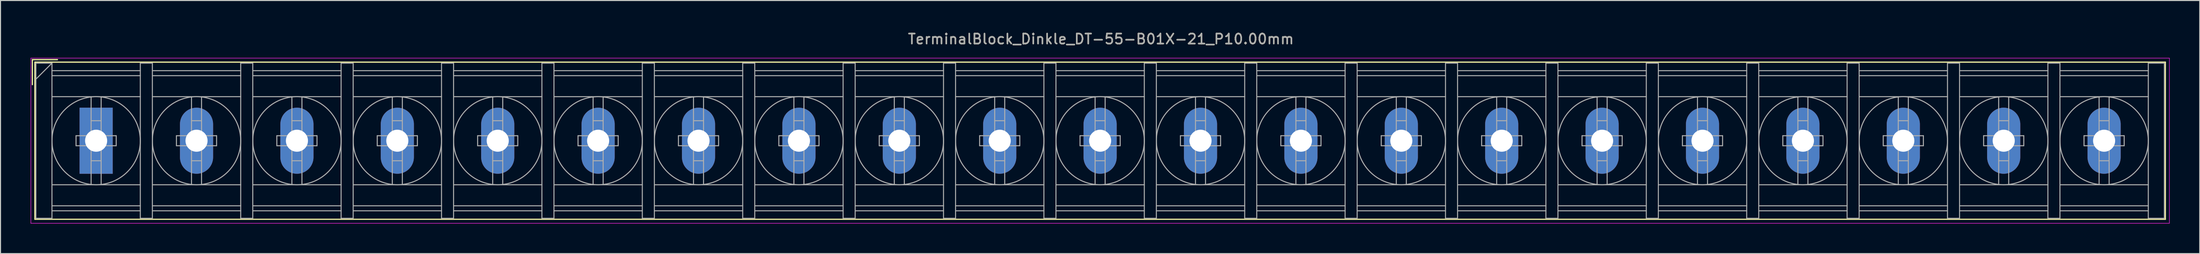
<source format=kicad_pcb>
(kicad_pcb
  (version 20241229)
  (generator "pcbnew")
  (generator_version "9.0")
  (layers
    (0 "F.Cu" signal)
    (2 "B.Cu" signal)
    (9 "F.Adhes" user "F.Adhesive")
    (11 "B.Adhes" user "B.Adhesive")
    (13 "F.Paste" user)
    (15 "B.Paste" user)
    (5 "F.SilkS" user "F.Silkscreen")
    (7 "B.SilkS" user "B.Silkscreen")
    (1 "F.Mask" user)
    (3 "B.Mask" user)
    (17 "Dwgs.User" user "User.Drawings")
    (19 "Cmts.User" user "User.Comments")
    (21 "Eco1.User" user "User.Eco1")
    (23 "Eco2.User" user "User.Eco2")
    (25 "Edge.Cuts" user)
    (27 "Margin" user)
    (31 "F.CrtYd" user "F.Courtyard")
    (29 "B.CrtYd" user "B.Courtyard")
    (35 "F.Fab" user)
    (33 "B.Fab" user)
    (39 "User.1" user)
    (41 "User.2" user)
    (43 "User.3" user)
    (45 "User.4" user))
  (footprint "TerminalBlock_Dinkle_DT-55-B01X-21_P10.00mm"
    (layer "F.Cu")
    (at 6.525 11.008)
    (property "Reference" "TerminalBlock_Dinkle_DT-55-B01X-21_P10.00mm" (at 100.08 -10.16 0) (layer "F.SilkS") (effects (font (size 1 1) (thickness 0.15))))
    (attr through_hole)
    (fp_line (start -6.35 -8.1) (end -3.85 -8.1) (stroke (width 0.12) (type solid)) (layer "F.SilkS"))
    (fp_line (start -6.35 -5.6) (end -6.35 -8.1) (stroke (width 0.12) (type solid)) (layer "F.SilkS"))
    (fp_line (start -6.1 -7.85) (end 206.1 -7.85) (stroke (width 0.12) (type solid)) (layer "F.SilkS"))
    (fp_line (start -6.1 7.85) (end -6.1 -7.85) (stroke (width 0.12) (type solid)) (layer "F.SilkS"))
    (fp_line (start -6.1 7.85) (end 206.1 7.85) (stroke (width 0.12) (type solid)) (layer "F.SilkS"))
    (fp_line (start 206.1 -7.85) (end 206.1 7.85) (stroke (width 0.12) (type solid)) (layer "F.SilkS"))
    (fp_line (start -6.5 -8.25) (end 206.5 -8.25) (stroke (width 0.05) (type solid)) (layer "F.CrtYd"))
    (fp_line (start -6.5 8.25) (end -6.5 -8.25) (stroke (width 0.05) (type solid)) (layer "F.CrtYd"))
    (fp_line (start -6.5 8.25) (end 206.5 8.25) (stroke (width 0.05) (type solid)) (layer "F.CrtYd"))
    (fp_line (start 206.5 -8.25) (end 206.5 8.25) (stroke (width 0.05) (type solid)) (layer "F.CrtYd"))
    (fp_line (start -6 -7.75) (end -6 7.75) (stroke (width 0.1) (type solid)) (layer "F.Fab"))
    (fp_line (start -6 -7.75) (end -4.4 -7.75) (stroke (width 0.1) (type solid)) (layer "F.Fab"))
    (fp_line (start -6 7.75) (end -4.4 7.75) (stroke (width 0.1) (type solid)) (layer "F.Fab"))
    (fp_line (start -4.4 -7.75) (end -6 -6.15) (stroke (width 0.1) (type solid)) (layer "F.Fab"))
    (fp_line (start -4.4 -7.75) (end -4.4 7.75) (stroke (width 0.1) (type solid)) (layer "F.Fab"))
    (fp_line (start -4.4 -7) (end 4.4 -7) (stroke (width 0.1) (type solid)) (layer "F.Fab"))
    (fp_line (start -4.4 -6.5) (end 4.4 -6.5) (stroke (width 0.1) (type solid)) (layer "F.Fab"))
    (fp_line (start -4.4 -4.4) (end 4.4 -4.4) (stroke (width 0.1) (type solid)) (layer "F.Fab"))
    (fp_line (start -4.4 4.4) (end 4.4 4.4) (stroke (width 0.1) (type solid)) (layer "F.Fab"))
    (fp_line (start -4.4 6.5) (end 4.4 6.5) (stroke (width 0.1) (type solid)) (layer "F.Fab"))
    (fp_line (start -4.4 7) (end 4.4 7) (stroke (width 0.1) (type solid)) (layer "F.Fab"))
    (fp_line (start -2 -0.5) (end -2 0.5) (stroke (width 0.1) (type solid)) (layer "F.Fab"))
    (fp_line (start -2 0.5) (end -0.5 0.5) (stroke (width 0.1) (type solid)) (layer "F.Fab"))
    (fp_line (start -0.5 -4.35) (end -0.5 -0.5) (stroke (width 0.1) (type solid)) (layer "F.Fab"))
    (fp_line (start -0.5 -2) (end 0.5 -2) (stroke (width 0.1) (type solid)) (layer "F.Fab"))
    (fp_line (start -0.5 -0.5) (end -2 -0.5) (stroke (width 0.1) (type solid)) (layer "F.Fab"))
    (fp_line (start -0.5 0.5) (end -0.5 4.35) (stroke (width 0.1) (type solid)) (layer "F.Fab"))
    (fp_line (start -0.5 2) (end 0.5 2) (stroke (width 0.1) (type solid)) (layer "F.Fab"))
    (fp_line (start 0.5 -4.35) (end 0.5 -0.5) (stroke (width 0.1) (type solid)) (layer "F.Fab"))
    (fp_line (start 0.5 -0.5) (end 2 -0.5) (stroke (width 0.1) (type solid)) (layer "F.Fab"))
    (fp_line (start 0.5 0.5) (end 0.5 4.35) (stroke (width 0.1) (type solid)) (layer "F.Fab"))
    (fp_line (start 2 -0.5) (end 2 0.5) (stroke (width 0.1) (type solid)) (layer "F.Fab"))
    (fp_line (start 2 0.5) (end 0.5 0.5) (stroke (width 0.1) (type solid)) (layer "F.Fab"))
    (fp_line (start 4.4 -7.75) (end 4.4 7.75) (stroke (width 0.1) (type solid)) (layer "F.Fab"))
    (fp_line (start 4.4 -7.75) (end 5.6 -7.75) (stroke (width 0.1) (type solid)) (layer "F.Fab"))
    (fp_line (start 4.4 7.75) (end 5.6 7.75) (stroke (width 0.1) (type solid)) (layer "F.Fab"))
    (fp_line (start 5.6 -7.75) (end 5.6 7.75) (stroke (width 0.1) (type solid)) (layer "F.Fab"))
    (fp_line (start 5.6 -7) (end 14.4 -7) (stroke (width 0.1) (type solid)) (layer "F.Fab"))
    (fp_line (start 5.6 -6.5) (end 14.4 -6.5) (stroke (width 0.1) (type solid)) (layer "F.Fab"))
    (fp_line (start 5.6 -4.4) (end 14.4 -4.4) (stroke (width 0.1) (type solid)) (layer "F.Fab"))
    (fp_line (start 5.6 4.4) (end 14.4 4.4) (stroke (width 0.1) (type solid)) (layer "F.Fab"))
    (fp_line (start 5.6 6.5) (end 14.4 6.5) (stroke (width 0.1) (type solid)) (layer "F.Fab"))
    (fp_line (start 5.6 7) (end 14.4 7) (stroke (width 0.1) (type solid)) (layer "F.Fab"))
    (fp_line (start 8 -0.5) (end 8 0.5) (stroke (width 0.1) (type solid)) (layer "F.Fab"))
    (fp_line (start 8 0.5) (end 9.5 0.5) (stroke (width 0.1) (type solid)) (layer "F.Fab"))
    (fp_line (start 9.5 -4.35) (end 9.5 -0.5) (stroke (width 0.1) (type solid)) (layer "F.Fab"))
    (fp_line (start 9.5 -2) (end 10.5 -2) (stroke (width 0.1) (type solid)) (layer "F.Fab"))
    (fp_line (start 9.5 -0.5) (end 8 -0.5) (stroke (width 0.1) (type solid)) (layer "F.Fab"))
    (fp_line (start 9.5 0.5) (end 9.5 4.35) (stroke (width 0.1) (type solid)) (layer "F.Fab"))
    (fp_line (start 9.5 2) (end 10.5 2) (stroke (width 0.1) (type solid)) (layer "F.Fab"))
    (fp_line (start 10.5 -4.35) (end 10.5 -0.5) (stroke (width 0.1) (type solid)) (layer "F.Fab"))
    (fp_line (start 10.5 -0.5) (end 12 -0.5) (stroke (width 0.1) (type solid)) (layer "F.Fab"))
    (fp_line (start 10.5 0.5) (end 10.5 4.35) (stroke (width 0.1) (type solid)) (layer "F.Fab"))
    (fp_line (start 12 -0.5) (end 12 0.5) (stroke (width 0.1) (type solid)) (layer "F.Fab"))
    (fp_line (start 12 0.5) (end 10.5 0.5) (stroke (width 0.1) (type solid)) (layer "F.Fab"))
    (fp_line (start 14.4 -7.75) (end 14.4 7.75) (stroke (width 0.1) (type solid)) (layer "F.Fab"))
    (fp_line (start 14.4 -7.75) (end 15.6 -7.75) (stroke (width 0.1) (type solid)) (layer "F.Fab"))
    (fp_line (start 14.4 7.75) (end 15.6 7.75) (stroke (width 0.1) (type solid)) (layer "F.Fab"))
    (fp_line (start 15.6 -7.75) (end 15.6 7.75) (stroke (width 0.1) (type solid)) (layer "F.Fab"))
    (fp_line (start 15.6 -7) (end 24.4 -7) (stroke (width 0.1) (type solid)) (layer "F.Fab"))
    (fp_line (start 15.6 -6.5) (end 24.4 -6.5) (stroke (width 0.1) (type solid)) (layer "F.Fab"))
    (fp_line (start 15.6 -4.4) (end 24.4 -4.4) (stroke (width 0.1) (type solid)) (layer "F.Fab"))
    (fp_line (start 15.6 4.4) (end 24.4 4.4) (stroke (width 0.1) (type solid)) (layer "F.Fab"))
    (fp_line (start 15.6 6.5) (end 24.4 6.5) (stroke (width 0.1) (type solid)) (layer "F.Fab"))
    (fp_line (start 15.6 7) (end 24.4 7) (stroke (width 0.1) (type solid)) (layer "F.Fab"))
    (fp_line (start 18 -0.5) (end 18 0.5) (stroke (width 0.1) (type solid)) (layer "F.Fab"))
    (fp_line (start 18 0.5) (end 19.5 0.5) (stroke (width 0.1) (type solid)) (layer "F.Fab"))
    (fp_line (start 19.5 -4.35) (end 19.5 -0.5) (stroke (width 0.1) (type solid)) (layer "F.Fab"))
    (fp_line (start 19.5 -2) (end 20.5 -2) (stroke (width 0.1) (type solid)) (layer "F.Fab"))
    (fp_line (start 19.5 -0.5) (end 18 -0.5) (stroke (width 0.1) (type solid)) (layer "F.Fab"))
    (fp_line (start 19.5 0.5) (end 19.5 4.35) (stroke (width 0.1) (type solid)) (layer "F.Fab"))
    (fp_line (start 19.5 2) (end 20.5 2) (stroke (width 0.1) (type solid)) (layer "F.Fab"))
    (fp_line (start 20.5 -4.35) (end 20.5 -0.5) (stroke (width 0.1) (type solid)) (layer "F.Fab"))
    (fp_line (start 20.5 -0.5) (end 22 -0.5) (stroke (width 0.1) (type solid)) (layer "F.Fab"))
    (fp_line (start 20.5 0.5) (end 20.5 4.35) (stroke (width 0.1) (type solid)) (layer "F.Fab"))
    (fp_line (start 22 -0.5) (end 22 0.5) (stroke (width 0.1) (type solid)) (layer "F.Fab"))
    (fp_line (start 22 0.5) (end 20.5 0.5) (stroke (width 0.1) (type solid)) (layer "F.Fab"))
    (fp_line (start 24.4 -7.75) (end 24.4 7.75) (stroke (width 0.1) (type solid)) (layer "F.Fab"))
    (fp_line (start 24.4 -7.75) (end 25.6 -7.75) (stroke (width 0.1) (type solid)) (layer "F.Fab"))
    (fp_line (start 24.4 7.75) (end 25.6 7.75) (stroke (width 0.1) (type solid)) (layer "F.Fab"))
    (fp_line (start 25.6 -7.75) (end 25.6 7.75) (stroke (width 0.1) (type solid)) (layer "F.Fab"))
    (fp_line (start 25.6 -7) (end 34.4 -7) (stroke (width 0.1) (type solid)) (layer "F.Fab"))
    (fp_line (start 25.6 -6.5) (end 34.4 -6.5) (stroke (width 0.1) (type solid)) (layer "F.Fab"))
    (fp_line (start 25.6 -4.4) (end 34.4 -4.4) (stroke (width 0.1) (type solid)) (layer "F.Fab"))
    (fp_line (start 25.6 4.4) (end 34.4 4.4) (stroke (width 0.1) (type solid)) (layer "F.Fab"))
    (fp_line (start 25.6 6.5) (end 34.4 6.5) (stroke (width 0.1) (type solid)) (layer "F.Fab"))
    (fp_line (start 25.6 7) (end 34.4 7) (stroke (width 0.1) (type solid)) (layer "F.Fab"))
    (fp_line (start 28 -0.5) (end 28 0.5) (stroke (width 0.1) (type solid)) (layer "F.Fab"))
    (fp_line (start 28 0.5) (end 29.5 0.5) (stroke (width 0.1) (type solid)) (layer "F.Fab"))
    (fp_line (start 29.5 -4.35) (end 29.5 -0.5) (stroke (width 0.1) (type solid)) (layer "F.Fab"))
    (fp_line (start 29.5 -2) (end 30.5 -2) (stroke (width 0.1) (type solid)) (layer "F.Fab"))
    (fp_line (start 29.5 -0.5) (end 28 -0.5) (stroke (width 0.1) (type solid)) (layer "F.Fab"))
    (fp_line (start 29.5 0.5) (end 29.5 4.35) (stroke (width 0.1) (type solid)) (layer "F.Fab"))
    (fp_line (start 29.5 2) (end 30.5 2) (stroke (width 0.1) (type solid)) (layer "F.Fab"))
    (fp_line (start 30.5 -4.35) (end 30.5 -0.5) (stroke (width 0.1) (type solid)) (layer "F.Fab"))
    (fp_line (start 30.5 -0.5) (end 32 -0.5) (stroke (width 0.1) (type solid)) (layer "F.Fab"))
    (fp_line (start 30.5 0.5) (end 30.5 4.35) (stroke (width 0.1) (type solid)) (layer "F.Fab"))
    (fp_line (start 32 -0.5) (end 32 0.5) (stroke (width 0.1) (type solid)) (layer "F.Fab"))
    (fp_line (start 32 0.5) (end 30.5 0.5) (stroke (width 0.1) (type solid)) (layer "F.Fab"))
    (fp_line (start 34.4 -7.75) (end 34.4 7.75) (stroke (width 0.1) (type solid)) (layer "F.Fab"))
    (fp_line (start 34.4 -7.75) (end 35.6 -7.75) (stroke (width 0.1) (type solid)) (layer "F.Fab"))
    (fp_line (start 34.4 7.75) (end 35.6 7.75) (stroke (width 0.1) (type solid)) (layer "F.Fab"))
    (fp_line (start 35.6 -7.75) (end 35.6 7.75) (stroke (width 0.1) (type solid)) (layer "F.Fab"))
    (fp_line (start 35.6 -7) (end 44.4 -7) (stroke (width 0.1) (type solid)) (layer "F.Fab"))
    (fp_line (start 35.6 -6.5) (end 44.4 -6.5) (stroke (width 0.1) (type solid)) (layer "F.Fab"))
    (fp_line (start 35.6 -4.4) (end 44.4 -4.4) (stroke (width 0.1) (type solid)) (layer "F.Fab"))
    (fp_line (start 35.6 4.4) (end 44.4 4.4) (stroke (width 0.1) (type solid)) (layer "F.Fab"))
    (fp_line (start 35.6 6.5) (end 44.4 6.5) (stroke (width 0.1) (type solid)) (layer "F.Fab"))
    (fp_line (start 35.6 7) (end 44.4 7) (stroke (width 0.1) (type solid)) (layer "F.Fab"))
    (fp_line (start 38 -0.5) (end 38 0.5) (stroke (width 0.1) (type solid)) (layer "F.Fab"))
    (fp_line (start 38 0.5) (end 39.5 0.5) (stroke (width 0.1) (type solid)) (layer "F.Fab"))
    (fp_line (start 39.5 -4.35) (end 39.5 -0.5) (stroke (width 0.1) (type solid)) (layer "F.Fab"))
    (fp_line (start 39.5 -2) (end 40.5 -2) (stroke (width 0.1) (type solid)) (layer "F.Fab"))
    (fp_line (start 39.5 -0.5) (end 38 -0.5) (stroke (width 0.1) (type solid)) (layer "F.Fab"))
    (fp_line (start 39.5 0.5) (end 39.5 4.35) (stroke (width 0.1) (type solid)) (layer "F.Fab"))
    (fp_line (start 39.5 2) (end 40.5 2) (stroke (width 0.1) (type solid)) (layer "F.Fab"))
    (fp_line (start 40.5 -4.35) (end 40.5 -0.5) (stroke (width 0.1) (type solid)) (layer "F.Fab"))
    (fp_line (start 40.5 -0.5) (end 42 -0.5) (stroke (width 0.1) (type solid)) (layer "F.Fab"))
    (fp_line (start 40.5 0.5) (end 40.5 4.35) (stroke (width 0.1) (type solid)) (layer "F.Fab"))
    (fp_line (start 42 -0.5) (end 42 0.5) (stroke (width 0.1) (type solid)) (layer "F.Fab"))
    (fp_line (start 42 0.5) (end 40.5 0.5) (stroke (width 0.1) (type solid)) (layer "F.Fab"))
    (fp_line (start 44.4 -7.75) (end 44.4 7.75) (stroke (width 0.1) (type solid)) (layer "F.Fab"))
    (fp_line (start 44.4 -7.75) (end 45.6 -7.75) (stroke (width 0.1) (type solid)) (layer "F.Fab"))
    (fp_line (start 44.4 7.75) (end 45.6 7.75) (stroke (width 0.1) (type solid)) (layer "F.Fab"))
    (fp_line (start 45.6 -7.75) (end 45.6 7.75) (stroke (width 0.1) (type solid)) (layer "F.Fab"))
    (fp_line (start 45.6 -7) (end 54.4 -7) (stroke (width 0.1) (type solid)) (layer "F.Fab"))
    (fp_line (start 45.6 -6.5) (end 54.4 -6.5) (stroke (width 0.1) (type solid)) (layer "F.Fab"))
    (fp_line (start 45.6 -4.4) (end 54.4 -4.4) (stroke (width 0.1) (type solid)) (layer "F.Fab"))
    (fp_line (start 45.6 4.4) (end 54.4 4.4) (stroke (width 0.1) (type solid)) (layer "F.Fab"))
    (fp_line (start 45.6 6.5) (end 54.4 6.5) (stroke (width 0.1) (type solid)) (layer "F.Fab"))
    (fp_line (start 45.6 7) (end 54.4 7) (stroke (width 0.1) (type solid)) (layer "F.Fab"))
    (fp_line (start 48 -0.5) (end 48 0.5) (stroke (width 0.1) (type solid)) (layer "F.Fab"))
    (fp_line (start 48 0.5) (end 49.5 0.5) (stroke (width 0.1) (type solid)) (layer "F.Fab"))
    (fp_line (start 49.5 -4.35) (end 49.5 -0.5) (stroke (width 0.1) (type solid)) (layer "F.Fab"))
    (fp_line (start 49.5 -2) (end 50.5 -2) (stroke (width 0.1) (type solid)) (layer "F.Fab"))
    (fp_line (start 49.5 -0.5) (end 48 -0.5) (stroke (width 0.1) (type solid)) (layer "F.Fab"))
    (fp_line (start 49.5 0.5) (end 49.5 4.35) (stroke (width 0.1) (type solid)) (layer "F.Fab"))
    (fp_line (start 49.5 2) (end 50.5 2) (stroke (width 0.1) (type solid)) (layer "F.Fab"))
    (fp_line (start 50.5 -4.35) (end 50.5 -0.5) (stroke (width 0.1) (type solid)) (layer "F.Fab"))
    (fp_line (start 50.5 -0.5) (end 52 -0.5) (stroke (width 0.1) (type solid)) (layer "F.Fab"))
    (fp_line (start 50.5 0.5) (end 50.5 4.35) (stroke (width 0.1) (type solid)) (layer "F.Fab"))
    (fp_line (start 52 -0.5) (end 52 0.5) (stroke (width 0.1) (type solid)) (layer "F.Fab"))
    (fp_line (start 52 0.5) (end 50.5 0.5) (stroke (width 0.1) (type solid)) (layer "F.Fab"))
    (fp_line (start 54.4 -7.75) (end 54.4 7.75) (stroke (width 0.1) (type solid)) (layer "F.Fab"))
    (fp_line (start 54.4 -7.75) (end 55.6 -7.75) (stroke (width 0.1) (type solid)) (layer "F.Fab"))
    (fp_line (start 54.4 7.75) (end 55.6 7.75) (stroke (width 0.1) (type solid)) (layer "F.Fab"))
    (fp_line (start 55.6 -7.75) (end 55.6 7.75) (stroke (width 0.1) (type solid)) (layer "F.Fab"))
    (fp_line (start 55.6 -7) (end 64.4 -7) (stroke (width 0.1) (type solid)) (layer "F.Fab"))
    (fp_line (start 55.6 -6.5) (end 64.4 -6.5) (stroke (width 0.1) (type solid)) (layer "F.Fab"))
    (fp_line (start 55.6 -4.4) (end 64.4 -4.4) (stroke (width 0.1) (type solid)) (layer "F.Fab"))
    (fp_line (start 55.6 4.4) (end 64.4 4.4) (stroke (width 0.1) (type solid)) (layer "F.Fab"))
    (fp_line (start 55.6 6.5) (end 64.4 6.5) (stroke (width 0.1) (type solid)) (layer "F.Fab"))
    (fp_line (start 55.6 7) (end 64.4 7) (stroke (width 0.1) (type solid)) (layer "F.Fab"))
    (fp_line (start 58 -0.5) (end 58 0.5) (stroke (width 0.1) (type solid)) (layer "F.Fab"))
    (fp_line (start 58 0.5) (end 59.5 0.5) (stroke (width 0.1) (type solid)) (layer "F.Fab"))
    (fp_line (start 59.5 -4.35) (end 59.5 -0.5) (stroke (width 0.1) (type solid)) (layer "F.Fab"))
    (fp_line (start 59.5 -2) (end 60.5 -2) (stroke (width 0.1) (type solid)) (layer "F.Fab"))
    (fp_line (start 59.5 -0.5) (end 58 -0.5) (stroke (width 0.1) (type solid)) (layer "F.Fab"))
    (fp_line (start 59.5 0.5) (end 59.5 4.35) (stroke (width 0.1) (type solid)) (layer "F.Fab"))
    (fp_line (start 59.5 2) (end 60.5 2) (stroke (width 0.1) (type solid)) (layer "F.Fab"))
    (fp_line (start 60.5 -4.35) (end 60.5 -0.5) (stroke (width 0.1) (type solid)) (layer "F.Fab"))
    (fp_line (start 60.5 -0.5) (end 62 -0.5) (stroke (width 0.1) (type solid)) (layer "F.Fab"))
    (fp_line (start 60.5 0.5) (end 60.5 4.35) (stroke (width 0.1) (type solid)) (layer "F.Fab"))
    (fp_line (start 62 -0.5) (end 62 0.5) (stroke (width 0.1) (type solid)) (layer "F.Fab"))
    (fp_line (start 62 0.5) (end 60.5 0.5) (stroke (width 0.1) (type solid)) (layer "F.Fab"))
    (fp_line (start 64.4 -7.75) (end 64.4 7.75) (stroke (width 0.1) (type solid)) (layer "F.Fab"))
    (fp_line (start 64.4 -7.75) (end 65.6 -7.75) (stroke (width 0.1) (type solid)) (layer "F.Fab"))
    (fp_line (start 64.4 7.75) (end 65.6 7.75) (stroke (width 0.1) (type solid)) (layer "F.Fab"))
    (fp_line (start 65.6 -7.75) (end 65.6 7.75) (stroke (width 0.1) (type solid)) (layer "F.Fab"))
    (fp_line (start 65.6 -7) (end 74.4 -7) (stroke (width 0.1) (type solid)) (layer "F.Fab"))
    (fp_line (start 65.6 -6.5) (end 74.4 -6.5) (stroke (width 0.1) (type solid)) (layer "F.Fab"))
    (fp_line (start 65.6 -4.4) (end 74.4 -4.4) (stroke (width 0.1) (type solid)) (layer "F.Fab"))
    (fp_line (start 65.6 4.4) (end 74.4 4.4) (stroke (width 0.1) (type solid)) (layer "F.Fab"))
    (fp_line (start 65.6 6.5) (end 74.4 6.5) (stroke (width 0.1) (type solid)) (layer "F.Fab"))
    (fp_line (start 65.6 7) (end 74.4 7) (stroke (width 0.1) (type solid)) (layer "F.Fab"))
    (fp_line (start 68 -0.5) (end 68 0.5) (stroke (width 0.1) (type solid)) (layer "F.Fab"))
    (fp_line (start 68 0.5) (end 69.5 0.5) (stroke (width 0.1) (type solid)) (layer "F.Fab"))
    (fp_line (start 69.5 -4.35) (end 69.5 -0.5) (stroke (width 0.1) (type solid)) (layer "F.Fab"))
    (fp_line (start 69.5 -2) (end 70.5 -2) (stroke (width 0.1) (type solid)) (layer "F.Fab"))
    (fp_line (start 69.5 -0.5) (end 68 -0.5) (stroke (width 0.1) (type solid)) (layer "F.Fab"))
    (fp_line (start 69.5 0.5) (end 69.5 4.35) (stroke (width 0.1) (type solid)) (layer "F.Fab"))
    (fp_line (start 69.5 2) (end 70.5 2) (stroke (width 0.1) (type solid)) (layer "F.Fab"))
    (fp_line (start 70.5 -4.35) (end 70.5 -0.5) (stroke (width 0.1) (type solid)) (layer "F.Fab"))
    (fp_line (start 70.5 -0.5) (end 72 -0.5) (stroke (width 0.1) (type solid)) (layer "F.Fab"))
    (fp_line (start 70.5 0.5) (end 70.5 4.35) (stroke (width 0.1) (type solid)) (layer "F.Fab"))
    (fp_line (start 72 -0.5) (end 72 0.5) (stroke (width 0.1) (type solid)) (layer "F.Fab"))
    (fp_line (start 72 0.5) (end 70.5 0.5) (stroke (width 0.1) (type solid)) (layer "F.Fab"))
    (fp_line (start 74.4 -7.75) (end 74.4 7.75) (stroke (width 0.1) (type solid)) (layer "F.Fab"))
    (fp_line (start 74.4 -7.75) (end 75.6 -7.75) (stroke (width 0.1) (type solid)) (layer "F.Fab"))
    (fp_line (start 74.4 7.75) (end 75.6 7.75) (stroke (width 0.1) (type solid)) (layer "F.Fab"))
    (fp_line (start 75.6 -7.75) (end 75.6 7.75) (stroke (width 0.1) (type solid)) (layer "F.Fab"))
    (fp_line (start 75.6 -7) (end 84.4 -7) (stroke (width 0.1) (type solid)) (layer "F.Fab"))
    (fp_line (start 75.6 -6.5) (end 84.4 -6.5) (stroke (width 0.1) (type solid)) (layer "F.Fab"))
    (fp_line (start 75.6 -4.4) (end 84.4 -4.4) (stroke (width 0.1) (type solid)) (layer "F.Fab"))
    (fp_line (start 75.6 4.4) (end 84.4 4.4) (stroke (width 0.1) (type solid)) (layer "F.Fab"))
    (fp_line (start 75.6 6.5) (end 84.4 6.5) (stroke (width 0.1) (type solid)) (layer "F.Fab"))
    (fp_line (start 75.6 7) (end 84.4 7) (stroke (width 0.1) (type solid)) (layer "F.Fab"))
    (fp_line (start 78 -0.5) (end 78 0.5) (stroke (width 0.1) (type solid)) (layer "F.Fab"))
    (fp_line (start 78 0.5) (end 79.5 0.5) (stroke (width 0.1) (type solid)) (layer "F.Fab"))
    (fp_line (start 79.5 -4.35) (end 79.5 -0.5) (stroke (width 0.1) (type solid)) (layer "F.Fab"))
    (fp_line (start 79.5 -2) (end 80.5 -2) (stroke (width 0.1) (type solid)) (layer "F.Fab"))
    (fp_line (start 79.5 -0.5) (end 78 -0.5) (stroke (width 0.1) (type solid)) (layer "F.Fab"))
    (fp_line (start 79.5 0.5) (end 79.5 4.35) (stroke (width 0.1) (type solid)) (layer "F.Fab"))
    (fp_line (start 79.5 2) (end 80.5 2) (stroke (width 0.1) (type solid)) (layer "F.Fab"))
    (fp_line (start 80.5 -4.35) (end 80.5 -0.5) (stroke (width 0.1) (type solid)) (layer "F.Fab"))
    (fp_line (start 80.5 -0.5) (end 82 -0.5) (stroke (width 0.1) (type solid)) (layer "F.Fab"))
    (fp_line (start 80.5 0.5) (end 80.5 4.35) (stroke (width 0.1) (type solid)) (layer "F.Fab"))
    (fp_line (start 82 -0.5) (end 82 0.5) (stroke (width 0.1) (type solid)) (layer "F.Fab"))
    (fp_line (start 82 0.5) (end 80.5 0.5) (stroke (width 0.1) (type solid)) (layer "F.Fab"))
    (fp_line (start 84.4 -7.75) (end 84.4 7.75) (stroke (width 0.1) (type solid)) (layer "F.Fab"))
    (fp_line (start 84.4 -7.75) (end 85.6 -7.75) (stroke (width 0.1) (type solid)) (layer "F.Fab"))
    (fp_line (start 84.4 7.75) (end 85.6 7.75) (stroke (width 0.1) (type solid)) (layer "F.Fab"))
    (fp_line (start 85.6 -7.75) (end 85.6 7.75) (stroke (width 0.1) (type solid)) (layer "F.Fab"))
    (fp_line (start 85.6 -7) (end 94.4 -7) (stroke (width 0.1) (type solid)) (layer "F.Fab"))
    (fp_line (start 85.6 -6.5) (end 94.4 -6.5) (stroke (width 0.1) (type solid)) (layer "F.Fab"))
    (fp_line (start 85.6 -4.4) (end 94.4 -4.4) (stroke (width 0.1) (type solid)) (layer "F.Fab"))
    (fp_line (start 85.6 4.4) (end 94.4 4.4) (stroke (width 0.1) (type solid)) (layer "F.Fab"))
    (fp_line (start 85.6 6.5) (end 94.4 6.5) (stroke (width 0.1) (type solid)) (layer "F.Fab"))
    (fp_line (start 85.6 7) (end 94.4 7) (stroke (width 0.1) (type solid)) (layer "F.Fab"))
    (fp_line (start 88 -0.5) (end 88 0.5) (stroke (width 0.1) (type solid)) (layer "F.Fab"))
    (fp_line (start 88 0.5) (end 89.5 0.5) (stroke (width 0.1) (type solid)) (layer "F.Fab"))
    (fp_line (start 89.5 -4.35) (end 89.5 -0.5) (stroke (width 0.1) (type solid)) (layer "F.Fab"))
    (fp_line (start 89.5 -2) (end 90.5 -2) (stroke (width 0.1) (type solid)) (layer "F.Fab"))
    (fp_line (start 89.5 -0.5) (end 88 -0.5) (stroke (width 0.1) (type solid)) (layer "F.Fab"))
    (fp_line (start 89.5 0.5) (end 89.5 4.35) (stroke (width 0.1) (type solid)) (layer "F.Fab"))
    (fp_line (start 89.5 2) (end 90.5 2) (stroke (width 0.1) (type solid)) (layer "F.Fab"))
    (fp_line (start 90.5 -4.35) (end 90.5 -0.5) (stroke (width 0.1) (type solid)) (layer "F.Fab"))
    (fp_line (start 90.5 -0.5) (end 92 -0.5) (stroke (width 0.1) (type solid)) (layer "F.Fab"))
    (fp_line (start 90.5 0.5) (end 90.5 4.35) (stroke (width 0.1) (type solid)) (layer "F.Fab"))
    (fp_line (start 92 -0.5) (end 92 0.5) (stroke (width 0.1) (type solid)) (layer "F.Fab"))
    (fp_line (start 92 0.5) (end 90.5 0.5) (stroke (width 0.1) (type solid)) (layer "F.Fab"))
    (fp_line (start 94.4 -7.75) (end 94.4 7.75) (stroke (width 0.1) (type solid)) (layer "F.Fab"))
    (fp_line (start 94.4 -7.75) (end 95.6 -7.75) (stroke (width 0.1) (type solid)) (layer "F.Fab"))
    (fp_line (start 94.4 7.75) (end 95.6 7.75) (stroke (width 0.1) (type solid)) (layer "F.Fab"))
    (fp_line (start 95.6 -7.75) (end 95.6 7.75) (stroke (width 0.1) (type solid)) (layer "F.Fab"))
    (fp_line (start 95.6 -7) (end 104.4 -7) (stroke (width 0.1) (type solid)) (layer "F.Fab"))
    (fp_line (start 95.6 -6.5) (end 104.4 -6.5) (stroke (width 0.1) (type solid)) (layer "F.Fab"))
    (fp_line (start 95.6 -4.4) (end 104.4 -4.4) (stroke (width 0.1) (type solid)) (layer "F.Fab"))
    (fp_line (start 95.6 4.4) (end 104.4 4.4) (stroke (width 0.1) (type solid)) (layer "F.Fab"))
    (fp_line (start 95.6 6.5) (end 104.4 6.5) (stroke (width 0.1) (type solid)) (layer "F.Fab"))
    (fp_line (start 95.6 7) (end 104.4 7) (stroke (width 0.1) (type solid)) (layer "F.Fab"))
    (fp_line (start 98 -0.5) (end 98 0.5) (stroke (width 0.1) (type solid)) (layer "F.Fab"))
    (fp_line (start 98 0.5) (end 99.5 0.5) (stroke (width 0.1) (type solid)) (layer "F.Fab"))
    (fp_line (start 99.5 -4.35) (end 99.5 -0.5) (stroke (width 0.1) (type solid)) (layer "F.Fab"))
    (fp_line (start 99.5 -2) (end 100.5 -2) (stroke (width 0.1) (type solid)) (layer "F.Fab"))
    (fp_line (start 99.5 -0.5) (end 98 -0.5) (stroke (width 0.1) (type solid)) (layer "F.Fab"))
    (fp_line (start 99.5 0.5) (end 99.5 4.35) (stroke (width 0.1) (type solid)) (layer "F.Fab"))
    (fp_line (start 99.5 2) (end 100.5 2) (stroke (width 0.1) (type solid)) (layer "F.Fab"))
    (fp_line (start 100.5 -4.35) (end 100.5 -0.5) (stroke (width 0.1) (type solid)) (layer "F.Fab"))
    (fp_line (start 100.5 -0.5) (end 102 -0.5) (stroke (width 0.1) (type solid)) (layer "F.Fab"))
    (fp_line (start 100.5 0.5) (end 100.5 4.35) (stroke (width 0.1) (type solid)) (layer "F.Fab"))
    (fp_line (start 102 -0.5) (end 102 0.5) (stroke (width 0.1) (type solid)) (layer "F.Fab"))
    (fp_line (start 102 0.5) (end 100.5 0.5) (stroke (width 0.1) (type solid)) (layer "F.Fab"))
    (fp_line (start 104.4 -7.75) (end 104.4 7.75) (stroke (width 0.1) (type solid)) (layer "F.Fab"))
    (fp_line (start 104.4 -7.75) (end 105.6 -7.75) (stroke (width 0.1) (type solid)) (layer "F.Fab"))
    (fp_line (start 104.4 7.75) (end 105.6 7.75) (stroke (width 0.1) (type solid)) (layer "F.Fab"))
    (fp_line (start 105.6 -7.75) (end 105.6 7.75) (stroke (width 0.1) (type solid)) (layer "F.Fab"))
    (fp_line (start 105.6 -7) (end 114.4 -7) (stroke (width 0.1) (type solid)) (layer "F.Fab"))
    (fp_line (start 105.6 -6.5) (end 114.4 -6.5) (stroke (width 0.1) (type solid)) (layer "F.Fab"))
    (fp_line (start 105.6 -4.4) (end 114.4 -4.4) (stroke (width 0.1) (type solid)) (layer "F.Fab"))
    (fp_line (start 105.6 4.4) (end 114.4 4.4) (stroke (width 0.1) (type solid)) (layer "F.Fab"))
    (fp_line (start 105.6 6.5) (end 114.4 6.5) (stroke (width 0.1) (type solid)) (layer "F.Fab"))
    (fp_line (start 105.6 7) (end 114.4 7) (stroke (width 0.1) (type solid)) (layer "F.Fab"))
    (fp_line (start 108 -0.5) (end 108 0.5) (stroke (width 0.1) (type solid)) (layer "F.Fab"))
    (fp_line (start 108 0.5) (end 109.5 0.5) (stroke (width 0.1) (type solid)) (layer "F.Fab"))
    (fp_line (start 109.5 -4.35) (end 109.5 -0.5) (stroke (width 0.1) (type solid)) (layer "F.Fab"))
    (fp_line (start 109.5 -2) (end 110.5 -2) (stroke (width 0.1) (type solid)) (layer "F.Fab"))
    (fp_line (start 109.5 -0.5) (end 108 -0.5) (stroke (width 0.1) (type solid)) (layer "F.Fab"))
    (fp_line (start 109.5 0.5) (end 109.5 4.35) (stroke (width 0.1) (type solid)) (layer "F.Fab"))
    (fp_line (start 109.5 2) (end 110.5 2) (stroke (width 0.1) (type solid)) (layer "F.Fab"))
    (fp_line (start 110.5 -4.35) (end 110.5 -0.5) (stroke (width 0.1) (type solid)) (layer "F.Fab"))
    (fp_line (start 110.5 -0.5) (end 112 -0.5) (stroke (width 0.1) (type solid)) (layer "F.Fab"))
    (fp_line (start 110.5 0.5) (end 110.5 4.35) (stroke (width 0.1) (type solid)) (layer "F.Fab"))
    (fp_line (start 112 -0.5) (end 112 0.5) (stroke (width 0.1) (type solid)) (layer "F.Fab"))
    (fp_line (start 112 0.5) (end 110.5 0.5) (stroke (width 0.1) (type solid)) (layer "F.Fab"))
    (fp_line (start 114.4 -7.75) (end 114.4 7.75) (stroke (width 0.1) (type solid)) (layer "F.Fab"))
    (fp_line (start 114.4 -7.75) (end 115.6 -7.75) (stroke (width 0.1) (type solid)) (layer "F.Fab"))
    (fp_line (start 114.4 7.75) (end 115.6 7.75) (stroke (width 0.1) (type solid)) (layer "F.Fab"))
    (fp_line (start 115.6 -7.75) (end 115.6 7.75) (stroke (width 0.1) (type solid)) (layer "F.Fab"))
    (fp_line (start 115.6 -7) (end 124.4 -7) (stroke (width 0.1) (type solid)) (layer "F.Fab"))
    (fp_line (start 115.6 -6.5) (end 124.4 -6.5) (stroke (width 0.1) (type solid)) (layer "F.Fab"))
    (fp_line (start 115.6 -4.4) (end 124.4 -4.4) (stroke (width 0.1) (type solid)) (layer "F.Fab"))
    (fp_line (start 115.6 4.4) (end 124.4 4.4) (stroke (width 0.1) (type solid)) (layer "F.Fab"))
    (fp_line (start 115.6 6.5) (end 124.4 6.5) (stroke (width 0.1) (type solid)) (layer "F.Fab"))
    (fp_line (start 115.6 7) (end 124.4 7) (stroke (width 0.1) (type solid)) (layer "F.Fab"))
    (fp_line (start 118 -0.5) (end 118 0.5) (stroke (width 0.1) (type solid)) (layer "F.Fab"))
    (fp_line (start 118 0.5) (end 119.5 0.5) (stroke (width 0.1) (type solid)) (layer "F.Fab"))
    (fp_line (start 119.5 -4.35) (end 119.5 -0.5) (stroke (width 0.1) (type solid)) (layer "F.Fab"))
    (fp_line (start 119.5 -2) (end 120.5 -2) (stroke (width 0.1) (type solid)) (layer "F.Fab"))
    (fp_line (start 119.5 -0.5) (end 118 -0.5) (stroke (width 0.1) (type solid)) (layer "F.Fab"))
    (fp_line (start 119.5 0.5) (end 119.5 4.35) (stroke (width 0.1) (type solid)) (layer "F.Fab"))
    (fp_line (start 119.5 2) (end 120.5 2) (stroke (width 0.1) (type solid)) (layer "F.Fab"))
    (fp_line (start 120.5 -4.35) (end 120.5 -0.5) (stroke (width 0.1) (type solid)) (layer "F.Fab"))
    (fp_line (start 120.5 -0.5) (end 122 -0.5) (stroke (width 0.1) (type solid)) (layer "F.Fab"))
    (fp_line (start 120.5 0.5) (end 120.5 4.35) (stroke (width 0.1) (type solid)) (layer "F.Fab"))
    (fp_line (start 122 -0.5) (end 122 0.5) (stroke (width 0.1) (type solid)) (layer "F.Fab"))
    (fp_line (start 122 0.5) (end 120.5 0.5) (stroke (width 0.1) (type solid)) (layer "F.Fab"))
    (fp_line (start 124.4 -7.75) (end 124.4 7.75) (stroke (width 0.1) (type solid)) (layer "F.Fab"))
    (fp_line (start 124.4 -7.75) (end 125.6 -7.75) (stroke (width 0.1) (type solid)) (layer "F.Fab"))
    (fp_line (start 124.4 7.75) (end 125.6 7.75) (stroke (width 0.1) (type solid)) (layer "F.Fab"))
    (fp_line (start 125.6 -7.75) (end 125.6 7.75) (stroke (width 0.1) (type solid)) (layer "F.Fab"))
    (fp_line (start 125.6 -7) (end 134.4 -7) (stroke (width 0.1) (type solid)) (layer "F.Fab"))
    (fp_line (start 125.6 -6.5) (end 134.4 -6.5) (stroke (width 0.1) (type solid)) (layer "F.Fab"))
    (fp_line (start 125.6 -4.4) (end 134.4 -4.4) (stroke (width 0.1) (type solid)) (layer "F.Fab"))
    (fp_line (start 125.6 4.4) (end 134.4 4.4) (stroke (width 0.1) (type solid)) (layer "F.Fab"))
    (fp_line (start 125.6 6.5) (end 134.4 6.5) (stroke (width 0.1) (type solid)) (layer "F.Fab"))
    (fp_line (start 125.6 7) (end 134.4 7) (stroke (width 0.1) (type solid)) (layer "F.Fab"))
    (fp_line (start 128 -0.5) (end 128 0.5) (stroke (width 0.1) (type solid)) (layer "F.Fab"))
    (fp_line (start 128 0.5) (end 129.5 0.5) (stroke (width 0.1) (type solid)) (layer "F.Fab"))
    (fp_line (start 129.5 -4.35) (end 129.5 -0.5) (stroke (width 0.1) (type solid)) (layer "F.Fab"))
    (fp_line (start 129.5 -2) (end 130.5 -2) (stroke (width 0.1) (type solid)) (layer "F.Fab"))
    (fp_line (start 129.5 -0.5) (end 128 -0.5) (stroke (width 0.1) (type solid)) (layer "F.Fab"))
    (fp_line (start 129.5 0.5) (end 129.5 4.35) (stroke (width 0.1) (type solid)) (layer "F.Fab"))
    (fp_line (start 129.5 2) (end 130.5 2) (stroke (width 0.1) (type solid)) (layer "F.Fab"))
    (fp_line (start 130.5 -4.35) (end 130.5 -0.5) (stroke (width 0.1) (type solid)) (layer "F.Fab"))
    (fp_line (start 130.5 -0.5) (end 132 -0.5) (stroke (width 0.1) (type solid)) (layer "F.Fab"))
    (fp_line (start 130.5 0.5) (end 130.5 4.35) (stroke (width 0.1) (type solid)) (layer "F.Fab"))
    (fp_line (start 132 -0.5) (end 132 0.5) (stroke (width 0.1) (type solid)) (layer "F.Fab"))
    (fp_line (start 132 0.5) (end 130.5 0.5) (stroke (width 0.1) (type solid)) (layer "F.Fab"))
    (fp_line (start 134.4 -7.75) (end 134.4 7.75) (stroke (width 0.1) (type solid)) (layer "F.Fab"))
    (fp_line (start 134.4 -7.75) (end 135.6 -7.75) (stroke (width 0.1) (type solid)) (layer "F.Fab"))
    (fp_line (start 134.4 7.75) (end 135.6 7.75) (stroke (width 0.1) (type solid)) (layer "F.Fab"))
    (fp_line (start 135.6 -7.75) (end 135.6 7.75) (stroke (width 0.1) (type solid)) (layer "F.Fab"))
    (fp_line (start 135.6 -7) (end 144.4 -7) (stroke (width 0.1) (type solid)) (layer "F.Fab"))
    (fp_line (start 135.6 -6.5) (end 144.4 -6.5) (stroke (width 0.1) (type solid)) (layer "F.Fab"))
    (fp_line (start 135.6 -4.4) (end 144.4 -4.4) (stroke (width 0.1) (type solid)) (layer "F.Fab"))
    (fp_line (start 135.6 4.4) (end 144.4 4.4) (stroke (width 0.1) (type solid)) (layer "F.Fab"))
    (fp_line (start 135.6 6.5) (end 144.4 6.5) (stroke (width 0.1) (type solid)) (layer "F.Fab"))
    (fp_line (start 135.6 7) (end 144.4 7) (stroke (width 0.1) (type solid)) (layer "F.Fab"))
    (fp_line (start 138 -0.5) (end 138 0.5) (stroke (width 0.1) (type solid)) (layer "F.Fab"))
    (fp_line (start 138 0.5) (end 139.5 0.5) (stroke (width 0.1) (type solid)) (layer "F.Fab"))
    (fp_line (start 139.5 -4.35) (end 139.5 -0.5) (stroke (width 0.1) (type solid)) (layer "F.Fab"))
    (fp_line (start 139.5 -2) (end 140.5 -2) (stroke (width 0.1) (type solid)) (layer "F.Fab"))
    (fp_line (start 139.5 -0.5) (end 138 -0.5) (stroke (width 0.1) (type solid)) (layer "F.Fab"))
    (fp_line (start 139.5 0.5) (end 139.5 4.35) (stroke (width 0.1) (type solid)) (layer "F.Fab"))
    (fp_line (start 139.5 2) (end 140.5 2) (stroke (width 0.1) (type solid)) (layer "F.Fab"))
    (fp_line (start 140.5 -4.35) (end 140.5 -0.5) (stroke (width 0.1) (type solid)) (layer "F.Fab"))
    (fp_line (start 140.5 -0.5) (end 142 -0.5) (stroke (width 0.1) (type solid)) (layer "F.Fab"))
    (fp_line (start 140.5 0.5) (end 140.5 4.35) (stroke (width 0.1) (type solid)) (layer "F.Fab"))
    (fp_line (start 142 -0.5) (end 142 0.5) (stroke (width 0.1) (type solid)) (layer "F.Fab"))
    (fp_line (start 142 0.5) (end 140.5 0.5) (stroke (width 0.1) (type solid)) (layer "F.Fab"))
    (fp_line (start 144.4 -7.75) (end 144.4 7.75) (stroke (width 0.1) (type solid)) (layer "F.Fab"))
    (fp_line (start 144.4 -7.75) (end 145.6 -7.75) (stroke (width 0.1) (type solid)) (layer "F.Fab"))
    (fp_line (start 144.4 7.75) (end 145.6 7.75) (stroke (width 0.1) (type solid)) (layer "F.Fab"))
    (fp_line (start 145.6 -7.75) (end 145.6 7.75) (stroke (width 0.1) (type solid)) (layer "F.Fab"))
    (fp_line (start 145.6 -7) (end 154.4 -7) (stroke (width 0.1) (type solid)) (layer "F.Fab"))
    (fp_line (start 145.6 -6.5) (end 154.4 -6.5) (stroke (width 0.1) (type solid)) (layer "F.Fab"))
    (fp_line (start 145.6 -4.4) (end 154.4 -4.4) (stroke (width 0.1) (type solid)) (layer "F.Fab"))
    (fp_line (start 145.6 4.4) (end 154.4 4.4) (stroke (width 0.1) (type solid)) (layer "F.Fab"))
    (fp_line (start 145.6 6.5) (end 154.4 6.5) (stroke (width 0.1) (type solid)) (layer "F.Fab"))
    (fp_line (start 145.6 7) (end 154.4 7) (stroke (width 0.1) (type solid)) (layer "F.Fab"))
    (fp_line (start 148 -0.5) (end 148 0.5) (stroke (width 0.1) (type solid)) (layer "F.Fab"))
    (fp_line (start 148 0.5) (end 149.5 0.5) (stroke (width 0.1) (type solid)) (layer "F.Fab"))
    (fp_line (start 149.5 -4.35) (end 149.5 -0.5) (stroke (width 0.1) (type solid)) (layer "F.Fab"))
    (fp_line (start 149.5 -2) (end 150.5 -2) (stroke (width 0.1) (type solid)) (layer "F.Fab"))
    (fp_line (start 149.5 -0.5) (end 148 -0.5) (stroke (width 0.1) (type solid)) (layer "F.Fab"))
    (fp_line (start 149.5 0.5) (end 149.5 4.35) (stroke (width 0.1) (type solid)) (layer "F.Fab"))
    (fp_line (start 149.5 2) (end 150.5 2) (stroke (width 0.1) (type solid)) (layer "F.Fab"))
    (fp_line (start 150.5 -4.35) (end 150.5 -0.5) (stroke (width 0.1) (type solid)) (layer "F.Fab"))
    (fp_line (start 150.5 -0.5) (end 152 -0.5) (stroke (width 0.1) (type solid)) (layer "F.Fab"))
    (fp_line (start 150.5 0.5) (end 150.5 4.35) (stroke (width 0.1) (type solid)) (layer "F.Fab"))
    (fp_line (start 152 -0.5) (end 152 0.5) (stroke (width 0.1) (type solid)) (layer "F.Fab"))
    (fp_line (start 152 0.5) (end 150.5 0.5) (stroke (width 0.1) (type solid)) (layer "F.Fab"))
    (fp_line (start 154.4 -7.75) (end 154.4 7.75) (stroke (width 0.1) (type solid)) (layer "F.Fab"))
    (fp_line (start 154.4 -7.75) (end 155.6 -7.75) (stroke (width 0.1) (type solid)) (layer "F.Fab"))
    (fp_line (start 154.4 7.75) (end 155.6 7.75) (stroke (width 0.1) (type solid)) (layer "F.Fab"))
    (fp_line (start 155.6 -7.75) (end 155.6 7.75) (stroke (width 0.1) (type solid)) (layer "F.Fab"))
    (fp_line (start 155.6 -7) (end 164.4 -7) (stroke (width 0.1) (type solid)) (layer "F.Fab"))
    (fp_line (start 155.6 -6.5) (end 164.4 -6.5) (stroke (width 0.1) (type solid)) (layer "F.Fab"))
    (fp_line (start 155.6 -4.4) (end 164.4 -4.4) (stroke (width 0.1) (type solid)) (layer "F.Fab"))
    (fp_line (start 155.6 4.4) (end 164.4 4.4) (stroke (width 0.1) (type solid)) (layer "F.Fab"))
    (fp_line (start 155.6 6.5) (end 164.4 6.5) (stroke (width 0.1) (type solid)) (layer "F.Fab"))
    (fp_line (start 155.6 7) (end 164.4 7) (stroke (width 0.1) (type solid)) (layer "F.Fab"))
    (fp_line (start 158 -0.5) (end 158 0.5) (stroke (width 0.1) (type solid)) (layer "F.Fab"))
    (fp_line (start 158 0.5) (end 159.5 0.5) (stroke (width 0.1) (type solid)) (layer "F.Fab"))
    (fp_line (start 159.5 -4.35) (end 159.5 -0.5) (stroke (width 0.1) (type solid)) (layer "F.Fab"))
    (fp_line (start 159.5 -2) (end 160.5 -2) (stroke (width 0.1) (type solid)) (layer "F.Fab"))
    (fp_line (start 159.5 -0.5) (end 158 -0.5) (stroke (width 0.1) (type solid)) (layer "F.Fab"))
    (fp_line (start 159.5 0.5) (end 159.5 4.35) (stroke (width 0.1) (type solid)) (layer "F.Fab"))
    (fp_line (start 159.5 2) (end 160.5 2) (stroke (width 0.1) (type solid)) (layer "F.Fab"))
    (fp_line (start 160.5 -4.35) (end 160.5 -0.5) (stroke (width 0.1) (type solid)) (layer "F.Fab"))
    (fp_line (start 160.5 -0.5) (end 162 -0.5) (stroke (width 0.1) (type solid)) (layer "F.Fab"))
    (fp_line (start 160.5 0.5) (end 160.5 4.35) (stroke (width 0.1) (type solid)) (layer "F.Fab"))
    (fp_line (start 162 -0.5) (end 162 0.5) (stroke (width 0.1) (type solid)) (layer "F.Fab"))
    (fp_line (start 162 0.5) (end 160.5 0.5) (stroke (width 0.1) (type solid)) (layer "F.Fab"))
    (fp_line (start 164.4 -7.75) (end 164.4 7.75) (stroke (width 0.1) (type solid)) (layer "F.Fab"))
    (fp_line (start 164.4 -7.75) (end 165.6 -7.75) (stroke (width 0.1) (type solid)) (layer "F.Fab"))
    (fp_line (start 164.4 7.75) (end 165.6 7.75) (stroke (width 0.1) (type solid)) (layer "F.Fab"))
    (fp_line (start 165.6 -7.75) (end 165.6 7.75) (stroke (width 0.1) (type solid)) (layer "F.Fab"))
    (fp_line (start 165.6 -7) (end 174.4 -7) (stroke (width 0.1) (type solid)) (layer "F.Fab"))
    (fp_line (start 165.6 -6.5) (end 174.4 -6.5) (stroke (width 0.1) (type solid)) (layer "F.Fab"))
    (fp_line (start 165.6 -4.4) (end 174.4 -4.4) (stroke (width 0.1) (type solid)) (layer "F.Fab"))
    (fp_line (start 165.6 4.4) (end 174.4 4.4) (stroke (width 0.1) (type solid)) (layer "F.Fab"))
    (fp_line (start 165.6 6.5) (end 174.4 6.5) (stroke (width 0.1) (type solid)) (layer "F.Fab"))
    (fp_line (start 165.6 7) (end 174.4 7) (stroke (width 0.1) (type solid)) (layer "F.Fab"))
    (fp_line (start 168 -0.5) (end 168 0.5) (stroke (width 0.1) (type solid)) (layer "F.Fab"))
    (fp_line (start 168 0.5) (end 169.5 0.5) (stroke (width 0.1) (type solid)) (layer "F.Fab"))
    (fp_line (start 169.5 -4.35) (end 169.5 -0.5) (stroke (width 0.1) (type solid)) (layer "F.Fab"))
    (fp_line (start 169.5 -2) (end 170.5 -2) (stroke (width 0.1) (type solid)) (layer "F.Fab"))
    (fp_line (start 169.5 -0.5) (end 168 -0.5) (stroke (width 0.1) (type solid)) (layer "F.Fab"))
    (fp_line (start 169.5 0.5) (end 169.5 4.35) (stroke (width 0.1) (type solid)) (layer "F.Fab"))
    (fp_line (start 169.5 2) (end 170.5 2) (stroke (width 0.1) (type solid)) (layer "F.Fab"))
    (fp_line (start 170.5 -4.35) (end 170.5 -0.5) (stroke (width 0.1) (type solid)) (layer "F.Fab"))
    (fp_line (start 170.5 -0.5) (end 172 -0.5) (stroke (width 0.1) (type solid)) (layer "F.Fab"))
    (fp_line (start 170.5 0.5) (end 170.5 4.35) (stroke (width 0.1) (type solid)) (layer "F.Fab"))
    (fp_line (start 172 -0.5) (end 172 0.5) (stroke (width 0.1) (type solid)) (layer "F.Fab"))
    (fp_line (start 172 0.5) (end 170.5 0.5) (stroke (width 0.1) (type solid)) (layer "F.Fab"))
    (fp_line (start 174.4 -7.75) (end 174.4 7.75) (stroke (width 0.1) (type solid)) (layer "F.Fab"))
    (fp_line (start 174.4 -7.75) (end 175.6 -7.75) (stroke (width 0.1) (type solid)) (layer "F.Fab"))
    (fp_line (start 174.4 7.75) (end 175.6 7.75) (stroke (width 0.1) (type solid)) (layer "F.Fab"))
    (fp_line (start 175.6 -7.75) (end 175.6 7.75) (stroke (width 0.1) (type solid)) (layer "F.Fab"))
    (fp_line (start 175.6 -7) (end 184.4 -7) (stroke (width 0.1) (type solid)) (layer "F.Fab"))
    (fp_line (start 175.6 -6.5) (end 184.4 -6.5) (stroke (width 0.1) (type solid)) (layer "F.Fab"))
    (fp_line (start 175.6 -4.4) (end 184.4 -4.4) (stroke (width 0.1) (type solid)) (layer "F.Fab"))
    (fp_line (start 175.6 4.4) (end 184.4 4.4) (stroke (width 0.1) (type solid)) (layer "F.Fab"))
    (fp_line (start 175.6 6.5) (end 184.4 6.5) (stroke (width 0.1) (type solid)) (layer "F.Fab"))
    (fp_line (start 175.6 7) (end 184.4 7) (stroke (width 0.1) (type solid)) (layer "F.Fab"))
    (fp_line (start 178 -0.5) (end 178 0.5) (stroke (width 0.1) (type solid)) (layer "F.Fab"))
    (fp_line (start 178 0.5) (end 179.5 0.5) (stroke (width 0.1) (type solid)) (layer "F.Fab"))
    (fp_line (start 179.5 -4.35) (end 179.5 -0.5) (stroke (width 0.1) (type solid)) (layer "F.Fab"))
    (fp_line (start 179.5 -2) (end 180.5 -2) (stroke (width 0.1) (type solid)) (layer "F.Fab"))
    (fp_line (start 179.5 -0.5) (end 178 -0.5) (stroke (width 0.1) (type solid)) (layer "F.Fab"))
    (fp_line (start 179.5 0.5) (end 179.5 4.35) (stroke (width 0.1) (type solid)) (layer "F.Fab"))
    (fp_line (start 179.5 2) (end 180.5 2) (stroke (width 0.1) (type solid)) (layer "F.Fab"))
    (fp_line (start 180.5 -4.35) (end 180.5 -0.5) (stroke (width 0.1) (type solid)) (layer "F.Fab"))
    (fp_line (start 180.5 -0.5) (end 182 -0.5) (stroke (width 0.1) (type solid)) (layer "F.Fab"))
    (fp_line (start 180.5 0.5) (end 180.5 4.35) (stroke (width 0.1) (type solid)) (layer "F.Fab"))
    (fp_line (start 182 -0.5) (end 182 0.5) (stroke (width 0.1) (type solid)) (layer "F.Fab"))
    (fp_line (start 182 0.5) (end 180.5 0.5) (stroke (width 0.1) (type solid)) (layer "F.Fab"))
    (fp_line (start 184.4 -7.75) (end 184.4 7.75) (stroke (width 0.1) (type solid)) (layer "F.Fab"))
    (fp_line (start 184.4 -7.75) (end 185.6 -7.75) (stroke (width 0.1) (type solid)) (layer "F.Fab"))
    (fp_line (start 184.4 7.75) (end 185.6 7.75) (stroke (width 0.1) (type solid)) (layer "F.Fab"))
    (fp_line (start 185.6 -7.75) (end 185.6 7.75) (stroke (width 0.1) (type solid)) (layer "F.Fab"))
    (fp_line (start 185.6 -7) (end 194.4 -7) (stroke (width 0.1) (type solid)) (layer "F.Fab"))
    (fp_line (start 185.6 -6.5) (end 194.4 -6.5) (stroke (width 0.1) (type solid)) (layer "F.Fab"))
    (fp_line (start 185.6 -4.4) (end 194.4 -4.4) (stroke (width 0.1) (type solid)) (layer "F.Fab"))
    (fp_line (start 185.6 4.4) (end 194.4 4.4) (stroke (width 0.1) (type solid)) (layer "F.Fab"))
    (fp_line (start 185.6 6.5) (end 194.4 6.5) (stroke (width 0.1) (type solid)) (layer "F.Fab"))
    (fp_line (start 185.6 7) (end 194.4 7) (stroke (width 0.1) (type solid)) (layer "F.Fab"))
    (fp_line (start 188 -0.5) (end 188 0.5) (stroke (width 0.1) (type solid)) (layer "F.Fab"))
    (fp_line (start 188 0.5) (end 189.5 0.5) (stroke (width 0.1) (type solid)) (layer "F.Fab"))
    (fp_line (start 189.5 -4.35) (end 189.5 -0.5) (stroke (width 0.1) (type solid)) (layer "F.Fab"))
    (fp_line (start 189.5 -2) (end 190.5 -2) (stroke (width 0.1) (type solid)) (layer "F.Fab"))
    (fp_line (start 189.5 -0.5) (end 188 -0.5) (stroke (width 0.1) (type solid)) (layer "F.Fab"))
    (fp_line (start 189.5 0.5) (end 189.5 4.35) (stroke (width 0.1) (type solid)) (layer "F.Fab"))
    (fp_line (start 189.5 2) (end 190.5 2) (stroke (width 0.1) (type solid)) (layer "F.Fab"))
    (fp_line (start 190.5 -4.35) (end 190.5 -0.5) (stroke (width 0.1) (type solid)) (layer "F.Fab"))
    (fp_line (start 190.5 -0.5) (end 192 -0.5) (stroke (width 0.1) (type solid)) (layer "F.Fab"))
    (fp_line (start 190.5 0.5) (end 190.5 4.35) (stroke (width 0.1) (type solid)) (layer "F.Fab"))
    (fp_line (start 192 -0.5) (end 192 0.5) (stroke (width 0.1) (type solid)) (layer "F.Fab"))
    (fp_line (start 192 0.5) (end 190.5 0.5) (stroke (width 0.1) (type solid)) (layer "F.Fab"))
    (fp_line (start 194.4 -7.75) (end 194.4 7.75) (stroke (width 0.1) (type solid)) (layer "F.Fab"))
    (fp_line (start 194.4 -7.75) (end 195.6 -7.75) (stroke (width 0.1) (type solid)) (layer "F.Fab"))
    (fp_line (start 194.4 7.75) (end 195.6 7.75) (stroke (width 0.1) (type solid)) (layer "F.Fab"))
    (fp_line (start 195.6 -7.75) (end 195.6 7.75) (stroke (width 0.1) (type solid)) (layer "F.Fab"))
    (fp_line (start 195.6 -7) (end 204.4 -7) (stroke (width 0.1) (type solid)) (layer "F.Fab"))
    (fp_line (start 195.6 -6.5) (end 204.4 -6.5) (stroke (width 0.1) (type solid)) (layer "F.Fab"))
    (fp_line (start 195.6 -4.4) (end 204.4 -4.4) (stroke (width 0.1) (type solid)) (layer "F.Fab"))
    (fp_line (start 195.6 4.4) (end 204.4 4.4) (stroke (width 0.1) (type solid)) (layer "F.Fab"))
    (fp_line (start 195.6 6.5) (end 204.4 6.5) (stroke (width 0.1) (type solid)) (layer "F.Fab"))
    (fp_line (start 195.6 7) (end 204.4 7) (stroke (width 0.1) (type solid)) (layer "F.Fab"))
    (fp_line (start 198 -0.5) (end 198 0.5) (stroke (width 0.1) (type solid)) (layer "F.Fab"))
    (fp_line (start 198 0.5) (end 199.5 0.5) (stroke (width 0.1) (type solid)) (layer "F.Fab"))
    (fp_line (start 199.5 -4.35) (end 199.5 -0.5) (stroke (width 0.1) (type solid)) (layer "F.Fab"))
    (fp_line (start 199.5 -2) (end 200.5 -2) (stroke (width 0.1) (type solid)) (layer "F.Fab"))
    (fp_line (start 199.5 -0.5) (end 198 -0.5) (stroke (width 0.1) (type solid)) (layer "F.Fab"))
    (fp_line (start 199.5 0.5) (end 199.5 4.35) (stroke (width 0.1) (type solid)) (layer "F.Fab"))
    (fp_line (start 199.5 2) (end 200.5 2) (stroke (width 0.1) (type solid)) (layer "F.Fab"))
    (fp_line (start 200.5 -4.35) (end 200.5 -0.5) (stroke (width 0.1) (type solid)) (layer "F.Fab"))
    (fp_line (start 200.5 -0.5) (end 202 -0.5) (stroke (width 0.1) (type solid)) (layer "F.Fab"))
    (fp_line (start 200.5 0.5) (end 200.5 4.35) (stroke (width 0.1) (type solid)) (layer "F.Fab"))
    (fp_line (start 202 -0.5) (end 202 0.5) (stroke (width 0.1) (type solid)) (layer "F.Fab"))
    (fp_line (start 202 0.5) (end 200.5 0.5) (stroke (width 0.1) (type solid)) (layer "F.Fab"))
    (fp_line (start 204.4 -7.75) (end 204.4 7.75) (stroke (width 0.1) (type solid)) (layer "F.Fab"))
    (fp_line (start 204.4 -7.75) (end 206 -7.75) (stroke (width 0.1) (type solid)) (layer "F.Fab"))
    (fp_line (start 204.4 7.75) (end 206 7.75) (stroke (width 0.1) (type solid)) (layer "F.Fab"))
    (fp_line (start 206 -7.75) (end 206 7.75) (stroke (width 0.1) (type solid)) (layer "F.Fab"))
    (fp_circle (center 0 0) (end 0.5 0.5) (stroke (width 0.1) (type solid)) (fill no) (layer "F.Fab"))
    (fp_circle (center 0 0) (end 4.4 0) (stroke (width 0.1) (type solid)) (fill no) (layer "F.Fab"))
    (fp_circle (center 10 0) (end 10.5 0.5) (stroke (width 0.1) (type solid)) (fill no) (layer "F.Fab"))
    (fp_circle (center 10 0) (end 14.4 0) (stroke (width 0.1) (type solid)) (fill no) (layer "F.Fab"))
    (fp_circle (center 20 0) (end 20.5 0.5) (stroke (width 0.1) (type solid)) (fill no) (layer "F.Fab"))
    (fp_circle (center 20 0) (end 24.4 0) (stroke (width 0.1) (type solid)) (fill no) (layer "F.Fab"))
    (fp_circle (center 30 0) (end 30.5 0.5) (stroke (width 0.1) (type solid)) (fill no) (layer "F.Fab"))
    (fp_circle (center 30 0) (end 34.4 0) (stroke (width 0.1) (type solid)) (fill no) (layer "F.Fab"))
    (fp_circle (center 40 0) (end 40.5 0.5) (stroke (width 0.1) (type solid)) (fill no) (layer "F.Fab"))
    (fp_circle (center 40 0) (end 44.4 0) (stroke (width 0.1) (type solid)) (fill no) (layer "F.Fab"))
    (fp_circle (center 50 0) (end 50.5 0.5) (stroke (width 0.1) (type solid)) (fill no) (layer "F.Fab"))
    (fp_circle (center 50 0) (end 54.4 0) (stroke (width 0.1) (type solid)) (fill no) (layer "F.Fab"))
    (fp_circle (center 60 0) (end 60.5 0.5) (stroke (width 0.1) (type solid)) (fill no) (layer "F.Fab"))
    (fp_circle (center 60 0) (end 64.4 0) (stroke (width 0.1) (type solid)) (fill no) (layer "F.Fab"))
    (fp_circle (center 70 0) (end 70.5 0.5) (stroke (width 0.1) (type solid)) (fill no) (layer "F.Fab"))
    (fp_circle (center 70 0) (end 74.4 0) (stroke (width 0.1) (type solid)) (fill no) (layer "F.Fab"))
    (fp_circle (center 80 0) (end 80.5 0.5) (stroke (width 0.1) (type solid)) (fill no) (layer "F.Fab"))
    (fp_circle (center 80 0) (end 84.4 0) (stroke (width 0.1) (type solid)) (fill no) (layer "F.Fab"))
    (fp_circle (center 90 0) (end 90.5 0.5) (stroke (width 0.1) (type solid)) (fill no) (layer "F.Fab"))
    (fp_circle (center 90 0) (end 94.4 0) (stroke (width 0.1) (type solid)) (fill no) (layer "F.Fab"))
    (fp_circle (center 100 0) (end 100.5 0.5) (stroke (width 0.1) (type solid)) (fill no) (layer "F.Fab"))
    (fp_circle (center 100 0) (end 104.4 0) (stroke (width 0.1) (type solid)) (fill no) (layer "F.Fab"))
    (fp_circle (center 110 0) (end 110.5 0.5) (stroke (width 0.1) (type solid)) (fill no) (layer "F.Fab"))
    (fp_circle (center 110 0) (end 114.4 0) (stroke (width 0.1) (type solid)) (fill no) (layer "F.Fab"))
    (fp_circle (center 120 0) (end 120.5 0.5) (stroke (width 0.1) (type solid)) (fill no) (layer "F.Fab"))
    (fp_circle (center 120 0) (end 124.4 0) (stroke (width 0.1) (type solid)) (fill no) (layer "F.Fab"))
    (fp_circle (center 130 0) (end 130.5 0.5) (stroke (width 0.1) (type solid)) (fill no) (layer "F.Fab"))
    (fp_circle (center 130 0) (end 134.4 0) (stroke (width 0.1) (type solid)) (fill no) (layer "F.Fab"))
    (fp_circle (center 140 0) (end 140.5 0.5) (stroke (width 0.1) (type solid)) (fill no) (layer "F.Fab"))
    (fp_circle (center 140 0) (end 144.4 0) (stroke (width 0.1) (type solid)) (fill no) (layer "F.Fab"))
    (fp_circle (center 150 0) (end 150.5 0.5) (stroke (width 0.1) (type solid)) (fill no) (layer "F.Fab"))
    (fp_circle (center 150 0) (end 154.4 0) (stroke (width 0.1) (type solid)) (fill no) (layer "F.Fab"))
    (fp_circle (center 160 0) (end 160.5 0.5) (stroke (width 0.1) (type solid)) (fill no) (layer "F.Fab"))
    (fp_circle (center 160 0) (end 164.4 0) (stroke (width 0.1) (type solid)) (fill no) (layer "F.Fab"))
    (fp_circle (center 170 0) (end 170.5 0.5) (stroke (width 0.1) (type solid)) (fill no) (layer "F.Fab"))
    (fp_circle (center 170 0) (end 174.4 0) (stroke (width 0.1) (type solid)) (fill no) (layer "F.Fab"))
    (fp_circle (center 180 0) (end 180.5 0.5) (stroke (width 0.1) (type solid)) (fill no) (layer "F.Fab"))
    (fp_circle (center 180 0) (end 184.4 0) (stroke (width 0.1) (type solid)) (fill no) (layer "F.Fab"))
    (fp_circle (center 190 0) (end 190.5 0.5) (stroke (width 0.1) (type solid)) (fill no) (layer "F.Fab"))
    (fp_circle (center 190 0) (end 194.4 0) (stroke (width 0.1) (type solid)) (fill no) (layer "F.Fab"))
    (fp_circle (center 200 0) (end 200.5 0.5) (stroke (width 0.1) (type solid)) (fill no) (layer "F.Fab"))
    (fp_circle (center 200 0) (end 204.4 0) (stroke (width 0.1) (type solid)) (fill no) (layer "F.Fab"))
    (fp_text user "${REFERENCE}" (at 100.08 -10.16 0) (layer "F.Fab") (effects (font (size 1 1) (thickness 0.15))))
    (pad "1" thru_hole rect (at 0 0) (size 3.3 6.6) (drill 2.2) (layers "*.Cu" "*.Mask"))
    (pad "2" thru_hole oval (at 10 0) (size 3.3 6.6) (drill 2.2) (layers "*.Cu" "*.Mask"))
    (pad "3" thru_hole oval (at 20 0) (size 3.3 6.6) (drill 2.2) (layers "*.Cu" "*.Mask"))
    (pad "4" thru_hole oval (at 30 0) (size 3.3 6.6) (drill 2.2) (layers "*.Cu" "*.Mask"))
    (pad "5" thru_hole oval (at 40 0) (size 3.3 6.6) (drill 2.2) (layers "*.Cu" "*.Mask"))
    (pad "6" thru_hole oval (at 50 0) (size 3.3 6.6) (drill 2.2) (layers "*.Cu" "*.Mask"))
    (pad "7" thru_hole oval (at 60 0) (size 3.3 6.6) (drill 2.2) (layers "*.Cu" "*.Mask"))
    (pad "8" thru_hole oval (at 70 0) (size 3.3 6.6) (drill 2.2) (layers "*.Cu" "*.Mask"))
    (pad "9" thru_hole oval (at 80 0) (size 3.3 6.6) (drill 2.2) (layers "*.Cu" "*.Mask"))
    (pad "10" thru_hole oval (at 90 0) (size 3.3 6.6) (drill 2.2) (layers "*.Cu" "*.Mask"))
    (pad "11" thru_hole oval (at 100 0) (size 3.3 6.6) (drill 2.2) (layers "*.Cu" "*.Mask"))
    (pad "12" thru_hole oval (at 110 0) (size 3.3 6.6) (drill 2.2) (layers "*.Cu" "*.Mask"))
    (pad "13" thru_hole oval (at 120 0) (size 3.3 6.6) (drill 2.2) (layers "*.Cu" "*.Mask"))
    (pad "14" thru_hole oval (at 130 0) (size 3.3 6.6) (drill 2.2) (layers "*.Cu" "*.Mask"))
    (pad "15" thru_hole oval (at 140 0) (size 3.3 6.6) (drill 2.2) (layers "*.Cu" "*.Mask"))
    (pad "16" thru_hole oval (at 150 0) (size 3.3 6.6) (drill 2.2) (layers "*.Cu" "*.Mask"))
    (pad "17" thru_hole oval (at 160 0) (size 3.3 6.6) (drill 2.2) (layers "*.Cu" "*.Mask"))
    (pad "18" thru_hole oval (at 170 0) (size 3.3 6.6) (drill 2.2) (layers "*.Cu" "*.Mask"))
    (pad "19" thru_hole oval (at 180 0) (size 3.3 6.6) (drill 2.2) (layers "*.Cu" "*.Mask"))
    (pad "20" thru_hole oval (at 190 0) (size 3.3 6.6) (drill 2.2) (layers "*.Cu" "*.Mask"))
    (pad "21" thru_hole oval (at 200 0) (size 3.3 6.6) (drill 2.2) (layers "*.Cu" "*.Mask")))
  (gr_rect
    (start -3 -3)
    (end 216.05 22.283)
    (stroke (width 0.1) (type default))
    (fill no)
    (layer "Edge.Cuts")))
</source>
